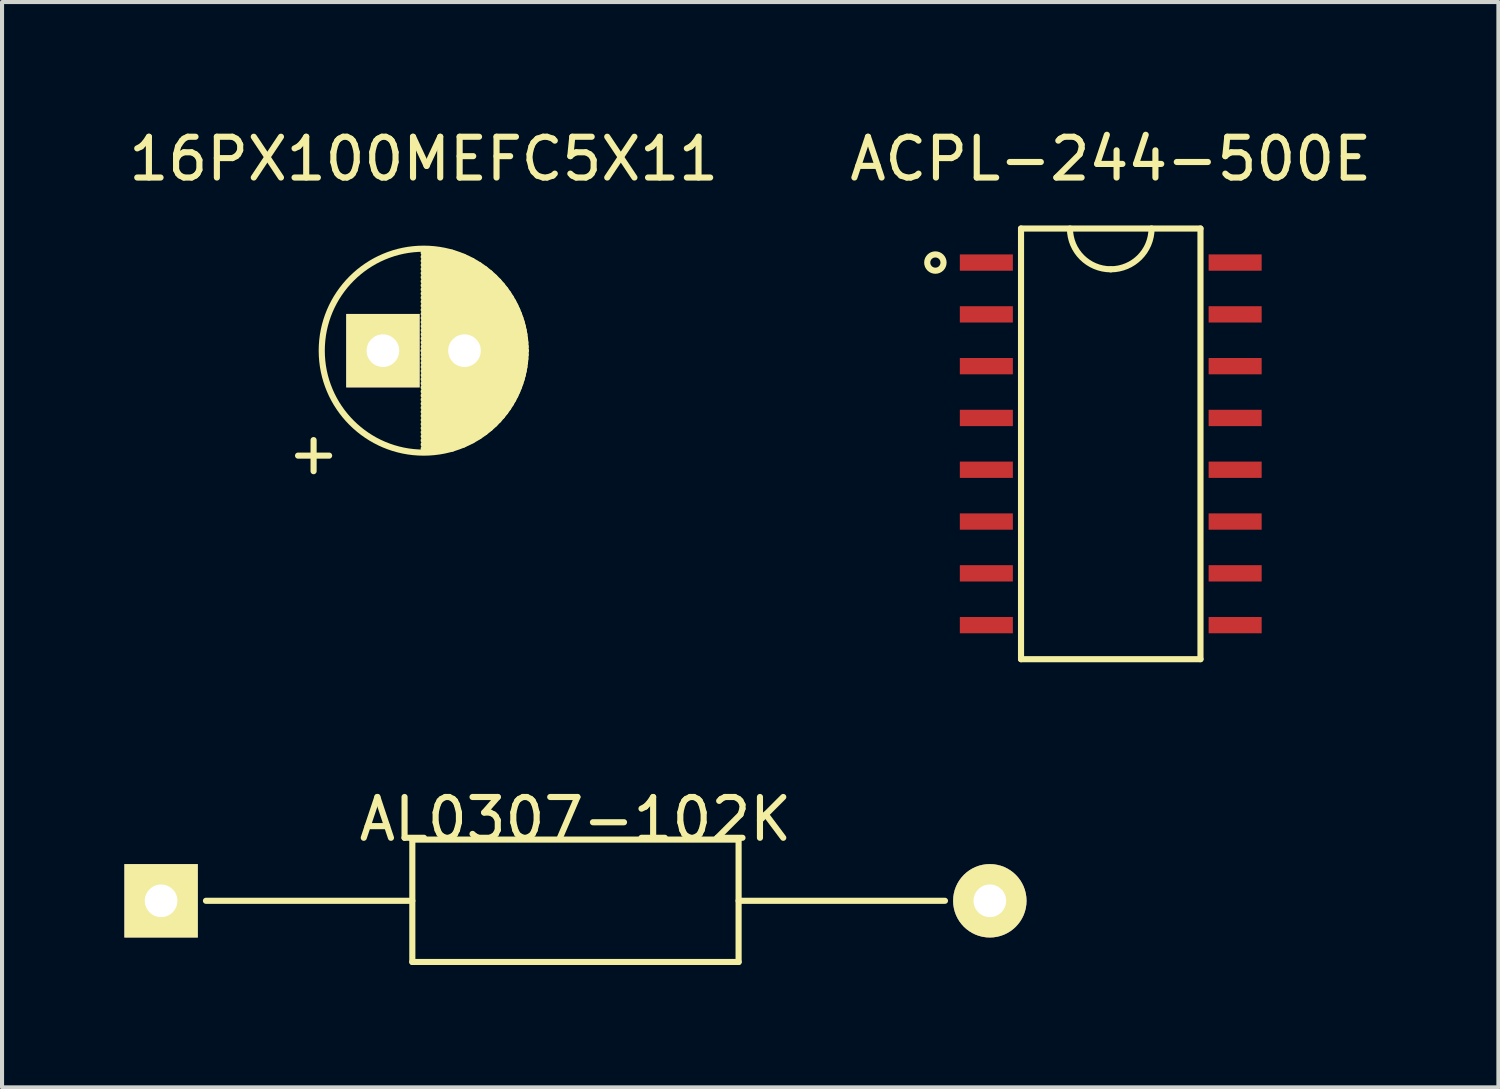
<source format=kicad_pcb>
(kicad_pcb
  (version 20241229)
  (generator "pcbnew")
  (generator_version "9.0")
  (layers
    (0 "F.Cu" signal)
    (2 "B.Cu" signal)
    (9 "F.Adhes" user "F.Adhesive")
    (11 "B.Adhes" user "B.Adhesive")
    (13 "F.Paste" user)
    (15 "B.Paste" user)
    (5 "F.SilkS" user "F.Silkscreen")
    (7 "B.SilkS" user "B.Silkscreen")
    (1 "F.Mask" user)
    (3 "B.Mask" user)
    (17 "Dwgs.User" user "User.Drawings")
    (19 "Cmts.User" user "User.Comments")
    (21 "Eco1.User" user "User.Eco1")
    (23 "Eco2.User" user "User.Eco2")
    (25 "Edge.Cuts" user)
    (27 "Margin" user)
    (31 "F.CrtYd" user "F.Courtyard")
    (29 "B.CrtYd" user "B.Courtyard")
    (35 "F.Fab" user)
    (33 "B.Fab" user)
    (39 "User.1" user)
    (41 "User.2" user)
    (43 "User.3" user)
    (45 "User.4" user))
  (footprint "ACPL-244-500E"
    (layer "F.Cu")
    (at 21.135 3.388)
    (property "Reference" "ACPL-244-500E" (at 3.05 -2.54 0) (layer "F.SilkS") (effects (font (size 1 1) (thickness 0.15))))
    (attr through_hole)
    (fp_line (start 0.85 -0.835) (end 5.25 -0.835) (stroke (width 0.15) (type solid)) (layer "F.SilkS"))
    (fp_line (start 0.85 9.725) (end 0.85 -0.835) (stroke (width 0.15) (type solid)) (layer "F.SilkS"))
    (fp_line (start 5.25 -0.835) (end 5.25 9.725) (stroke (width 0.15) (type solid)) (layer "F.SilkS"))
    (fp_line (start 5.25 9.725) (end 0.85 9.725) (stroke (width 0.15) (type solid)) (layer "F.SilkS"))
    (fp_arc (start 3.05 0.165) (mid 2.342893 -0.127893) (end 2.05 -0.835) (stroke (width 0.15) (type solid)) (layer "F.SilkS"))
    (fp_arc (start 4.05 -0.835) (mid 3.757107 -0.127893) (end 3.05 0.165) (stroke (width 0.15) (type solid)) (layer "F.SilkS"))
    (fp_circle (center -1.25 0) (end -1.25 0.2) (stroke (width 0.15) (type solid)) (fill no) (layer "F.SilkS"))
    (pad "1" smd rect (at 0 0) (size 1.3 0.4) (layers "F.Cu" "F.Mask" "F.Paste"))
    (pad "2" smd rect (at 0 1.27) (size 1.3 0.4) (layers "F.Cu" "F.Mask" "F.Paste"))
    (pad "3" smd rect (at 0 2.54) (size 1.3 0.4) (layers "F.Cu" "F.Mask" "F.Paste"))
    (pad "4" smd rect (at 0 3.81) (size 1.3 0.4) (layers "F.Cu" "F.Mask" "F.Paste"))
    (pad "5" smd rect (at 0 5.08) (size 1.3 0.4) (layers "F.Cu" "F.Mask" "F.Paste"))
    (pad "6" smd rect (at 0 6.35) (size 1.3 0.4) (layers "F.Cu" "F.Mask" "F.Paste"))
    (pad "7" smd rect (at 0 7.62) (size 1.3 0.4) (layers "F.Cu" "F.Mask" "F.Paste"))
    (pad "8" smd rect (at 0 8.89) (size 1.3 0.4) (layers "F.Cu" "F.Mask" "F.Paste"))
    (pad "9" smd rect (at 6.1 8.89) (size 1.3 0.4) (layers "F.Cu" "F.Mask" "F.Paste"))
    (pad "10" smd rect (at 6.1 7.62) (size 1.3 0.4) (layers "F.Cu" "F.Mask" "F.Paste"))
    (pad "11" smd rect (at 6.1 6.35) (size 1.3 0.4) (layers "F.Cu" "F.Mask" "F.Paste"))
    (pad "12" smd rect (at 6.1 5.08) (size 1.3 0.4) (layers "F.Cu" "F.Mask" "F.Paste"))
    (pad "13" smd rect (at 6.1 3.81) (size 1.3 0.4) (layers "F.Cu" "F.Mask" "F.Paste"))
    (pad "14" smd rect (at 6.1 2.54) (size 1.3 0.4) (layers "F.Cu" "F.Mask" "F.Paste"))
    (pad "15" smd rect (at 6.1 1.27) (size 1.3 0.4) (layers "F.Cu" "F.Mask" "F.Paste"))
    (pad "16" smd rect (at 6.1 0) (size 1.3 0.4) (layers "F.Cu" "F.Mask" "F.Paste")))
  (footprint "AL0307-102K"
    (layer "F.Cu")
    (at 0.9 19.037)
    (property "Reference" "AL0307-102K" (at 10.16 -2 0) (layer "F.SilkS") (effects (font (size 1 1) (thickness 0.15))))
    (attr through_hole)
    (fp_line (start 1.1 0) (end 6.16 0) (stroke (width 0.15) (type solid)) (layer "F.SilkS"))
    (fp_line (start 6.16 -1.5) (end 6.16 1.5) (stroke (width 0.15) (type solid)) (layer "F.SilkS"))
    (fp_line (start 6.16 -1.5) (end 14.16 -1.5) (stroke (width 0.15) (type solid)) (layer "F.SilkS"))
    (fp_line (start 6.16 1.5) (end 14.16 1.5) (stroke (width 0.15) (type solid)) (layer "F.SilkS"))
    (fp_line (start 14.16 0) (end 19.22 0) (stroke (width 0.15) (type solid)) (layer "F.SilkS"))
    (fp_line (start 14.16 1.5) (end 14.16 -1.5) (stroke (width 0.15) (type solid)) (layer "F.SilkS"))
    (pad "1" thru_hole rect (at 0 0) (size 1.8 1.8) (drill 0.8) (layers "*.Cu" "*.Mask" "F.SilkS"))
    (pad "2" thru_hole circle (at 20.32 0) (size 1.8 1.8) (drill 0.8) (layers "*.Cu" "*.Mask" "F.SilkS")))
  (footprint "16PX100MEFC5X11"
    (layer "F.Cu")
    (at 6.339 5.548)
    (property "Reference" "16PX100MEFC5X11" (at 1 -4.7 0) (layer "F.SilkS") (effects (font (size 1 1) (thickness 0.15))))
    (attr through_hole)
    (fp_line (start 1 -2.4) (end 1.7 -2.4) (stroke (width 0.15) (type solid)) (layer "F.SilkS"))
    (fp_line (start 1 -2.3) (end 1.98 -2.3) (stroke (width 0.15) (type solid)) (layer "F.SilkS"))
    (fp_line (start 1 -2.2) (end 2.187 -2.2) (stroke (width 0.15) (type solid)) (layer "F.SilkS"))
    (fp_line (start 1 -2.1) (end 2.356 -2.1) (stroke (width 0.15) (type solid)) (layer "F.SilkS"))
    (fp_line (start 1 -2) (end 2.5 -2) (stroke (width 0.15) (type solid)) (layer "F.SilkS"))
    (fp_line (start 1 -1.9) (end 2.625 -1.9) (stroke (width 0.15) (type solid)) (layer "F.SilkS"))
    (fp_line (start 1 -1.8) (end 2.735 -1.8) (stroke (width 0.15) (type solid)) (layer "F.SilkS"))
    (fp_line (start 1 -1.7) (end 2.833 -1.7) (stroke (width 0.15) (type solid)) (layer "F.SilkS"))
    (fp_line (start 1 -1.6) (end 2.921 -1.6) (stroke (width 0.15) (type solid)) (layer "F.SilkS"))
    (fp_line (start 1 -1.5) (end 3 -1.5) (stroke (width 0.15) (type solid)) (layer "F.SilkS"))
    (fp_line (start 1 -1.4) (end 3.071 -1.4) (stroke (width 0.15) (type solid)) (layer "F.SilkS"))
    (fp_line (start 1 -1.3) (end 3.135 -1.3) (stroke (width 0.15) (type solid)) (layer "F.SilkS"))
    (fp_line (start 1 -1.2) (end 3.193 -1.2) (stroke (width 0.15) (type solid)) (layer "F.SilkS"))
    (fp_line (start 1 -1.1) (end 3.245 -1.1) (stroke (width 0.15) (type solid)) (layer "F.SilkS"))
    (fp_line (start 1 -1) (end 3.291 -1) (stroke (width 0.15) (type solid)) (layer "F.SilkS"))
    (fp_line (start 1 -0.9) (end 3.332 -0.9) (stroke (width 0.15) (type solid)) (layer "F.SilkS"))
    (fp_line (start 1 -0.8) (end 3.369 -0.8) (stroke (width 0.15) (type solid)) (layer "F.SilkS"))
    (fp_line (start 1 -0.7) (end 3.4 -0.7) (stroke (width 0.15) (type solid)) (layer "F.SilkS"))
    (fp_line (start 1 -0.6) (end 3.427 -0.6) (stroke (width 0.15) (type solid)) (layer "F.SilkS"))
    (fp_line (start 1 -0.5) (end 3.449 -0.5) (stroke (width 0.15) (type solid)) (layer "F.SilkS"))
    (fp_line (start 1 -0.4) (end 3.468 -0.4) (stroke (width 0.15) (type solid)) (layer "F.SilkS"))
    (fp_line (start 1 -0.3) (end 3.482 -0.3) (stroke (width 0.15) (type solid)) (layer "F.SilkS"))
    (fp_line (start 1 -0.2) (end 3.492 -0.2) (stroke (width 0.15) (type solid)) (layer "F.SilkS"))
    (fp_line (start 1 -0.1) (end 3.498 -0.1) (stroke (width 0.15) (type solid)) (layer "F.SilkS"))
    (fp_line (start 1 0) (end 3.5 0) (stroke (width 0.15) (type solid)) (layer "F.SilkS"))
    (fp_line (start 1 0) (end 3.5 0) (stroke (width 0.15) (type solid)) (layer "F.SilkS"))
    (fp_line (start 1 0.1) (end 3.498 0.1) (stroke (width 0.15) (type solid)) (layer "F.SilkS"))
    (fp_line (start 1 0.2) (end 3.492 0.2) (stroke (width 0.15) (type solid)) (layer "F.SilkS"))
    (fp_line (start 1 0.3) (end 3.482 0.3) (stroke (width 0.15) (type solid)) (layer "F.SilkS"))
    (fp_line (start 1 0.4) (end 3.468 0.4) (stroke (width 0.15) (type solid)) (layer "F.SilkS"))
    (fp_line (start 1 0.5) (end 3.449 0.5) (stroke (width 0.15) (type solid)) (layer "F.SilkS"))
    (fp_line (start 1 0.6) (end 3.427 0.6) (stroke (width 0.15) (type solid)) (layer "F.SilkS"))
    (fp_line (start 1 0.7) (end 3.4 0.7) (stroke (width 0.15) (type solid)) (layer "F.SilkS"))
    (fp_line (start 1 0.8) (end 3.369 0.8) (stroke (width 0.15) (type solid)) (layer "F.SilkS"))
    (fp_line (start 1 0.9) (end 3.332 0.9) (stroke (width 0.15) (type solid)) (layer "F.SilkS"))
    (fp_line (start 1 1) (end 3.291 1) (stroke (width 0.15) (type solid)) (layer "F.SilkS"))
    (fp_line (start 1 1.1) (end 3.245 1.1) (stroke (width 0.15) (type solid)) (layer "F.SilkS"))
    (fp_line (start 1 1.2) (end 3.193 1.2) (stroke (width 0.15) (type solid)) (layer "F.SilkS"))
    (fp_line (start 1 1.3) (end 3.135 1.3) (stroke (width 0.15) (type solid)) (layer "F.SilkS"))
    (fp_line (start 1 1.4) (end 3.071 1.4) (stroke (width 0.15) (type solid)) (layer "F.SilkS"))
    (fp_line (start 1 1.5) (end 3 1.5) (stroke (width 0.15) (type solid)) (layer "F.SilkS"))
    (fp_line (start 1 1.6) (end 2.921 1.6) (stroke (width 0.15) (type solid)) (layer "F.SilkS"))
    (fp_line (start 1 1.7) (end 2.833 1.7) (stroke (width 0.15) (type solid)) (layer "F.SilkS"))
    (fp_line (start 1 1.8) (end 2.735 1.8) (stroke (width 0.15) (type solid)) (layer "F.SilkS"))
    (fp_line (start 1 1.9) (end 2.625 1.9) (stroke (width 0.15) (type solid)) (layer "F.SilkS"))
    (fp_line (start 1 2) (end 2.5 2) (stroke (width 0.15) (type solid)) (layer "F.SilkS"))
    (fp_line (start 1 2.1) (end 2.356 2.1) (stroke (width 0.15) (type solid)) (layer "F.SilkS"))
    (fp_line (start 1 2.2) (end 2.187 2.2) (stroke (width 0.15) (type solid)) (layer "F.SilkS"))
    (fp_line (start 1 2.3) (end 1.98 2.3) (stroke (width 0.15) (type solid)) (layer "F.SilkS"))
    (fp_line (start 1 2.4) (end 1.7 2.4) (stroke (width 0.15) (type solid)) (layer "F.SilkS"))
    (fp_circle (center 1 0) (end 1 -2.5) (stroke (width 0.15) (type solid)) (fill no) (layer "F.SilkS"))
    (fp_text user "+" (at -1.7 2.5 0) (layer "F.SilkS") (effects (font (size 1 1) (thickness 0.15))))
    (pad "1" thru_hole rect (at 0 0) (size 1.8 1.8) (drill 0.8) (layers "*.Cu" "*.Mask" "F.SilkS"))
    (pad "2" thru_hole circle (at 2 0) (size 1.8 1.8) (drill 0.8) (layers "*.Cu" "*.Mask" "F.SilkS")))
  (gr_rect
    (start -3 -3)
    (end 33.69 23.611)
    (stroke (width 0.1) (type default))
    (fill no)
    (layer "Edge.Cuts")))
</source>
